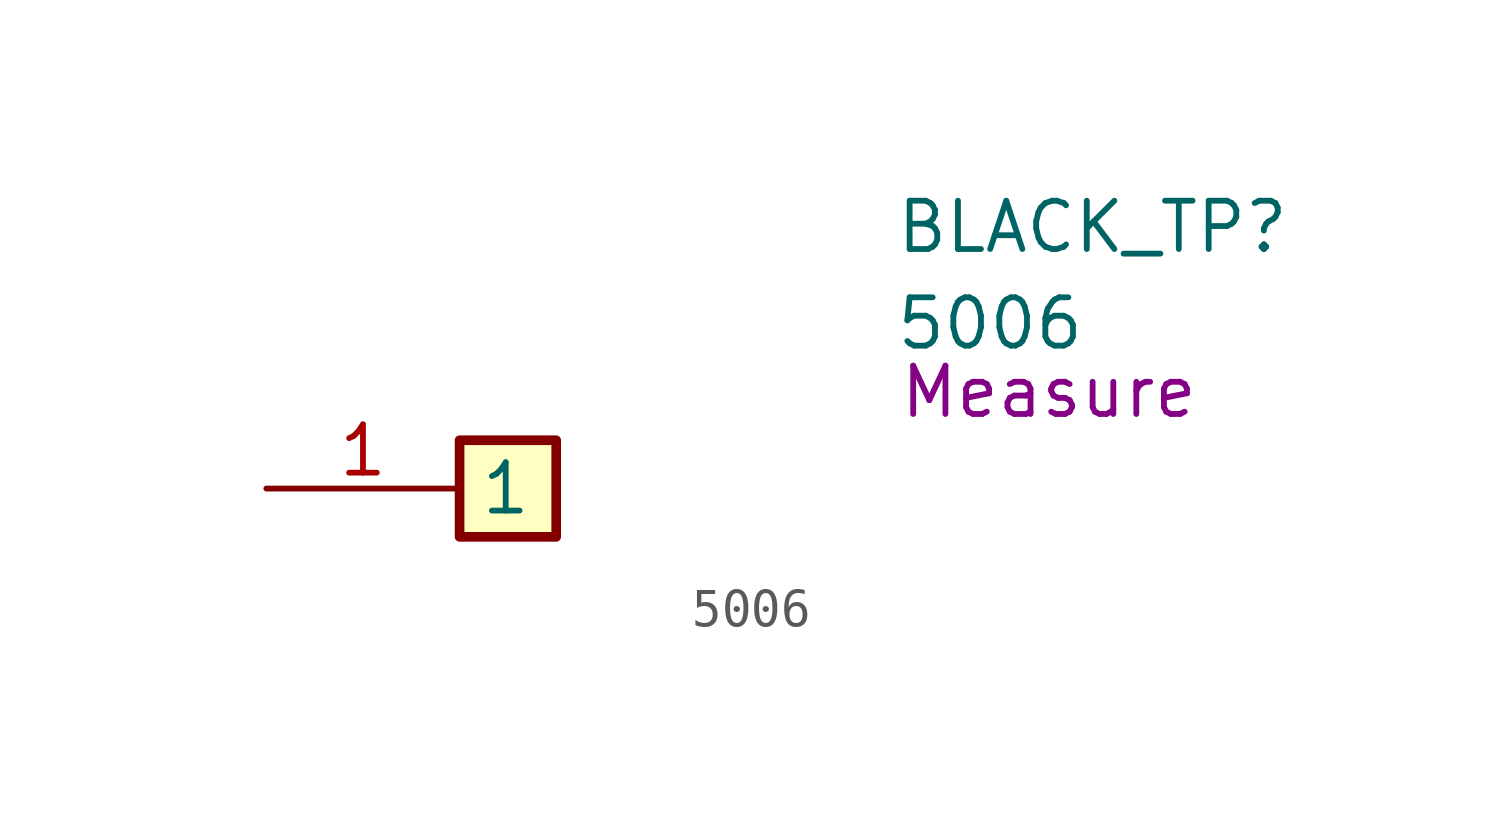
<source format=kicad_sym>
(kicad_symbol_lib
  (version 20241209)
  (generator "kicad_symbol_editor")
  (generator_version "9.0")
  (symbol "5006"
    (property "Reference" "BLACK_TP"
      (at 16.51 7.62 0)
      (effects (font (size 1.27 1.27)) (justify left top)))
    (property "Value" "5006"
      (at 16.51 5.08 0)
      (effects (font (size 1.27 1.27)) (justify left top)))
    (property "Measure" "Measure"
      (at 20.574 2.54 0)
      (effects (font (size 1.27 1.27))))
    (symbol "5006_1_1"
      (rectangle (start 5.08 1.27) (end 7.62 -1.27) (stroke (width 0.254) (type default)) (fill (type background)))
      (pin passive line (at 0 0 0) (length 5.08) (name "1" (effects (font (size 1.27 1.27)))) (number "1" (effects (font (size 1.27 1.27))))))))
</source>
